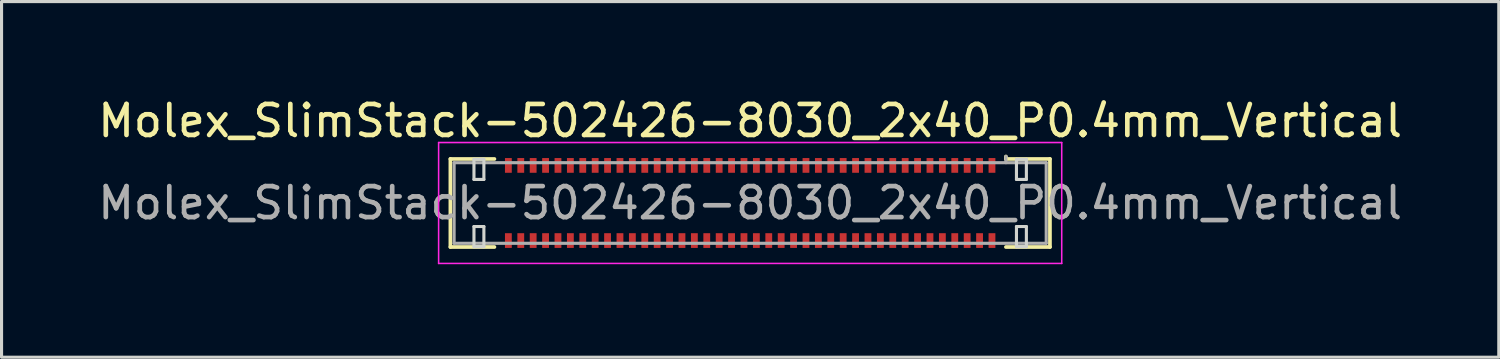
<source format=kicad_pcb>
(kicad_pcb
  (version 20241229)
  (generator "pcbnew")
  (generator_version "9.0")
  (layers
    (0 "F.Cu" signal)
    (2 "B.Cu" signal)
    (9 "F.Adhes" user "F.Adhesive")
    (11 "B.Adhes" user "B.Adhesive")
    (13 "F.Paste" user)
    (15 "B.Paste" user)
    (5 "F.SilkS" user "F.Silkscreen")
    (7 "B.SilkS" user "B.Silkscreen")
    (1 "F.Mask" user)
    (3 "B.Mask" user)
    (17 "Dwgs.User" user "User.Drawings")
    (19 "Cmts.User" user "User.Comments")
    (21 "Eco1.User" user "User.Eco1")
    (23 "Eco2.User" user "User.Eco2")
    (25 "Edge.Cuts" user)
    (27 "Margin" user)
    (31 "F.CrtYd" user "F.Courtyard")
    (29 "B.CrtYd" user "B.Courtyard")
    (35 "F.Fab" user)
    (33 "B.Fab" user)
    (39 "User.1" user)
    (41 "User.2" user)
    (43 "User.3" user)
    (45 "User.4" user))
  (footprint "Molex_SlimStack-502426-8030_2x40_P0.4mm_Vertical"
    (layer "F.Cu")
    (at 21.149 3.498)
    (property "Reference" "Molex_SlimStack-502426-8030_2x40_P0.4mm_Vertical" (at 0 -2.65 0) (layer "F.SilkS") (effects (font (size 1 1) (thickness 0.15))))
    (attr smd)
    (fp_line (start -9.67 -1.42) (end -8.25 -1.42) (stroke (width 0.12) (type solid)) (layer "F.SilkS"))
    (fp_line (start -9.67 1.42) (end -9.67 -1.42) (stroke (width 0.12) (type solid)) (layer "F.SilkS"))
    (fp_line (start -8.25 1.42) (end -9.67 1.42) (stroke (width 0.12) (type solid)) (layer "F.SilkS"))
    (fp_line (start 8.25 -1.42) (end 8.25 -1.5) (stroke (width 0.12) (type solid)) (layer "F.SilkS"))
    (fp_line (start 8.25 1.42) (end 9.67 1.42) (stroke (width 0.12) (type solid)) (layer "F.SilkS"))
    (fp_line (start 9.67 -1.42) (end 8.25 -1.42) (stroke (width 0.12) (type solid)) (layer "F.SilkS"))
    (fp_line (start 9.67 1.42) (end 9.67 -1.42) (stroke (width 0.12) (type solid)) (layer "F.SilkS"))
    (fp_line (start -8.91 -1.41) (end -8.91 -0.76) (stroke (width 0.1) (type solid)) (layer "Edge.Cuts"))
    (fp_line (start -8.91 -0.76) (end -8.59 -0.76) (stroke (width 0.1) (type solid)) (layer "Edge.Cuts"))
    (fp_line (start -8.91 0.76) (end -8.91 1.41) (stroke (width 0.1) (type solid)) (layer "Edge.Cuts"))
    (fp_line (start -8.91 1.41) (end -8.59 1.41) (stroke (width 0.1) (type solid)) (layer "Edge.Cuts"))
    (fp_line (start -8.59 -1.41) (end -8.91 -1.41) (stroke (width 0.1) (type solid)) (layer "Edge.Cuts"))
    (fp_line (start -8.59 -0.76) (end -8.59 -1.41) (stroke (width 0.1) (type solid)) (layer "Edge.Cuts"))
    (fp_line (start -8.59 0.76) (end -8.91 0.76) (stroke (width 0.1) (type solid)) (layer "Edge.Cuts"))
    (fp_line (start -8.59 1.41) (end -8.59 0.76) (stroke (width 0.1) (type solid)) (layer "Edge.Cuts"))
    (fp_line (start 8.59 -1.41) (end 8.59 -0.76) (stroke (width 0.1) (type solid)) (layer "Edge.Cuts"))
    (fp_line (start 8.59 -0.76) (end 8.91 -0.76) (stroke (width 0.1) (type solid)) (layer "Edge.Cuts"))
    (fp_line (start 8.59 0.76) (end 8.59 1.41) (stroke (width 0.1) (type solid)) (layer "Edge.Cuts"))
    (fp_line (start 8.59 1.41) (end 8.91 1.41) (stroke (width 0.1) (type solid)) (layer "Edge.Cuts"))
    (fp_line (start 8.91 -1.41) (end 8.59 -1.41) (stroke (width 0.1) (type solid)) (layer "Edge.Cuts"))
    (fp_line (start 8.91 -0.76) (end 8.91 -1.41) (stroke (width 0.1) (type solid)) (layer "Edge.Cuts"))
    (fp_line (start 8.91 0.76) (end 8.59 0.76) (stroke (width 0.1) (type solid)) (layer "Edge.Cuts"))
    (fp_line (start 8.91 1.41) (end 8.91 0.76) (stroke (width 0.1) (type solid)) (layer "Edge.Cuts"))
    (fp_line (start -10.05 -1.95) (end -10.05 1.95) (stroke (width 0.05) (type solid)) (layer "F.CrtYd"))
    (fp_line (start -10.05 1.95) (end 10.05 1.95) (stroke (width 0.05) (type solid)) (layer "F.CrtYd"))
    (fp_line (start 10.05 -1.95) (end -10.05 -1.95) (stroke (width 0.05) (type solid)) (layer "F.CrtYd"))
    (fp_line (start 10.05 1.95) (end 10.05 -1.95) (stroke (width 0.05) (type solid)) (layer "F.CrtYd"))
    (fp_line (start -9.55 -1.3) (end -9.55 1.3) (stroke (width 0.1) (type solid)) (layer "F.Fab"))
    (fp_line (start -9.55 1.3) (end 9.55 1.3) (stroke (width 0.1) (type solid)) (layer "F.Fab"))
    (fp_line (start 8.25 -1.3) (end 8.25 -1.5) (stroke (width 0.1) (type solid)) (layer "F.Fab"))
    (fp_line (start 9.55 -1.3) (end -9.55 -1.3) (stroke (width 0.1) (type solid)) (layer "F.Fab"))
    (fp_line (start 9.55 1.3) (end 9.55 -1.3) (stroke (width 0.1) (type solid)) (layer "F.Fab"))
    (fp_text user "${REFERENCE}" (at 0 0 0) (layer "F.Fab") (effects (font (size 1 1) (thickness 0.15))))
    (pad "1" smd rect (at 7.8 -1.212) (size 0.22 0.475) (layers "F.Cu" "F.Mask" "F.Paste"))
    (pad "2" smd rect (at 7.8 1.212) (size 0.22 0.475) (layers "F.Cu" "F.Mask" "F.Paste"))
    (pad "3" smd rect (at 7.4 -1.212) (size 0.22 0.475) (layers "F.Cu" "F.Mask" "F.Paste"))
    (pad "4" smd rect (at 7.4 1.212) (size 0.22 0.475) (layers "F.Cu" "F.Mask" "F.Paste"))
    (pad "5" smd rect (at 7 -1.212) (size 0.22 0.475) (layers "F.Cu" "F.Mask" "F.Paste"))
    (pad "6" smd rect (at 7 1.212) (size 0.22 0.475) (layers "F.Cu" "F.Mask" "F.Paste"))
    (pad "7" smd rect (at 6.6 -1.212) (size 0.22 0.475) (layers "F.Cu" "F.Mask" "F.Paste"))
    (pad "8" smd rect (at 6.6 1.212) (size 0.22 0.475) (layers "F.Cu" "F.Mask" "F.Paste"))
    (pad "9" smd rect (at 6.2 -1.212) (size 0.22 0.475) (layers "F.Cu" "F.Mask" "F.Paste"))
    (pad "10" smd rect (at 6.2 1.212) (size 0.22 0.475) (layers "F.Cu" "F.Mask" "F.Paste"))
    (pad "11" smd rect (at 5.8 -1.212) (size 0.22 0.475) (layers "F.Cu" "F.Mask" "F.Paste"))
    (pad "12" smd rect (at 5.8 1.212) (size 0.22 0.475) (layers "F.Cu" "F.Mask" "F.Paste"))
    (pad "13" smd rect (at 5.4 -1.212) (size 0.22 0.475) (layers "F.Cu" "F.Mask" "F.Paste"))
    (pad "14" smd rect (at 5.4 1.212) (size 0.22 0.475) (layers "F.Cu" "F.Mask" "F.Paste"))
    (pad "15" smd rect (at 5 -1.212) (size 0.22 0.475) (layers "F.Cu" "F.Mask" "F.Paste"))
    (pad "16" smd rect (at 5 1.212) (size 0.22 0.475) (layers "F.Cu" "F.Mask" "F.Paste"))
    (pad "17" smd rect (at 4.6 -1.212) (size 0.22 0.475) (layers "F.Cu" "F.Mask" "F.Paste"))
    (pad "18" smd rect (at 4.6 1.212) (size 0.22 0.475) (layers "F.Cu" "F.Mask" "F.Paste"))
    (pad "19" smd rect (at 4.2 -1.212) (size 0.22 0.475) (layers "F.Cu" "F.Mask" "F.Paste"))
    (pad "20" smd rect (at 4.2 1.212) (size 0.22 0.475) (layers "F.Cu" "F.Mask" "F.Paste"))
    (pad "21" smd rect (at 3.8 -1.212) (size 0.22 0.475) (layers "F.Cu" "F.Mask" "F.Paste"))
    (pad "22" smd rect (at 3.8 1.212) (size 0.22 0.475) (layers "F.Cu" "F.Mask" "F.Paste"))
    (pad "23" smd rect (at 3.4 -1.212) (size 0.22 0.475) (layers "F.Cu" "F.Mask" "F.Paste"))
    (pad "24" smd rect (at 3.4 1.212) (size 0.22 0.475) (layers "F.Cu" "F.Mask" "F.Paste"))
    (pad "25" smd rect (at 3 -1.212) (size 0.22 0.475) (layers "F.Cu" "F.Mask" "F.Paste"))
    (pad "26" smd rect (at 3 1.212) (size 0.22 0.475) (layers "F.Cu" "F.Mask" "F.Paste"))
    (pad "27" smd rect (at 2.6 -1.212) (size 0.22 0.475) (layers "F.Cu" "F.Mask" "F.Paste"))
    (pad "28" smd rect (at 2.6 1.212) (size 0.22 0.475) (layers "F.Cu" "F.Mask" "F.Paste"))
    (pad "29" smd rect (at 2.2 -1.212) (size 0.22 0.475) (layers "F.Cu" "F.Mask" "F.Paste"))
    (pad "30" smd rect (at 2.2 1.212) (size 0.22 0.475) (layers "F.Cu" "F.Mask" "F.Paste"))
    (pad "31" smd rect (at 1.8 -1.212) (size 0.22 0.475) (layers "F.Cu" "F.Mask" "F.Paste"))
    (pad "32" smd rect (at 1.8 1.212) (size 0.22 0.475) (layers "F.Cu" "F.Mask" "F.Paste"))
    (pad "33" smd rect (at 1.4 -1.212) (size 0.22 0.475) (layers "F.Cu" "F.Mask" "F.Paste"))
    (pad "34" smd rect (at 1.4 1.212) (size 0.22 0.475) (layers "F.Cu" "F.Mask" "F.Paste"))
    (pad "35" smd rect (at 1 -1.212) (size 0.22 0.475) (layers "F.Cu" "F.Mask" "F.Paste"))
    (pad "36" smd rect (at 1 1.212) (size 0.22 0.475) (layers "F.Cu" "F.Mask" "F.Paste"))
    (pad "37" smd rect (at 0.6 -1.212) (size 0.22 0.475) (layers "F.Cu" "F.Mask" "F.Paste"))
    (pad "38" smd rect (at 0.6 1.212) (size 0.22 0.475) (layers "F.Cu" "F.Mask" "F.Paste"))
    (pad "39" smd rect (at 0.2 -1.212) (size 0.22 0.475) (layers "F.Cu" "F.Mask" "F.Paste"))
    (pad "40" smd rect (at 0.2 1.212) (size 0.22 0.475) (layers "F.Cu" "F.Mask" "F.Paste"))
    (pad "41" smd rect (at -0.2 -1.212) (size 0.22 0.475) (layers "F.Cu" "F.Mask" "F.Paste"))
    (pad "42" smd rect (at -0.2 1.212) (size 0.22 0.475) (layers "F.Cu" "F.Mask" "F.Paste"))
    (pad "43" smd rect (at -0.6 -1.212) (size 0.22 0.475) (layers "F.Cu" "F.Mask" "F.Paste"))
    (pad "44" smd rect (at -0.6 1.212) (size 0.22 0.475) (layers "F.Cu" "F.Mask" "F.Paste"))
    (pad "45" smd rect (at -1 -1.212) (size 0.22 0.475) (layers "F.Cu" "F.Mask" "F.Paste"))
    (pad "46" smd rect (at -1 1.212) (size 0.22 0.475) (layers "F.Cu" "F.Mask" "F.Paste"))
    (pad "47" smd rect (at -1.4 -1.212) (size 0.22 0.475) (layers "F.Cu" "F.Mask" "F.Paste"))
    (pad "48" smd rect (at -1.4 1.212) (size 0.22 0.475) (layers "F.Cu" "F.Mask" "F.Paste"))
    (pad "49" smd rect (at -1.8 -1.212) (size 0.22 0.475) (layers "F.Cu" "F.Mask" "F.Paste"))
    (pad "50" smd rect (at -1.8 1.212) (size 0.22 0.475) (layers "F.Cu" "F.Mask" "F.Paste"))
    (pad "51" smd rect (at -2.2 -1.212) (size 0.22 0.475) (layers "F.Cu" "F.Mask" "F.Paste"))
    (pad "52" smd rect (at -2.2 1.212) (size 0.22 0.475) (layers "F.Cu" "F.Mask" "F.Paste"))
    (pad "53" smd rect (at -2.6 -1.212) (size 0.22 0.475) (layers "F.Cu" "F.Mask" "F.Paste"))
    (pad "54" smd rect (at -2.6 1.212) (size 0.22 0.475) (layers "F.Cu" "F.Mask" "F.Paste"))
    (pad "55" smd rect (at -3 -1.212) (size 0.22 0.475) (layers "F.Cu" "F.Mask" "F.Paste"))
    (pad "56" smd rect (at -3 1.212) (size 0.22 0.475) (layers "F.Cu" "F.Mask" "F.Paste"))
    (pad "57" smd rect (at -3.4 -1.212) (size 0.22 0.475) (layers "F.Cu" "F.Mask" "F.Paste"))
    (pad "58" smd rect (at -3.4 1.212) (size 0.22 0.475) (layers "F.Cu" "F.Mask" "F.Paste"))
    (pad "59" smd rect (at -3.8 -1.212) (size 0.22 0.475) (layers "F.Cu" "F.Mask" "F.Paste"))
    (pad "60" smd rect (at -3.8 1.212) (size 0.22 0.475) (layers "F.Cu" "F.Mask" "F.Paste"))
    (pad "61" smd rect (at -4.2 -1.212) (size 0.22 0.475) (layers "F.Cu" "F.Mask" "F.Paste"))
    (pad "62" smd rect (at -4.2 1.212) (size 0.22 0.475) (layers "F.Cu" "F.Mask" "F.Paste"))
    (pad "63" smd rect (at -4.6 -1.212) (size 0.22 0.475) (layers "F.Cu" "F.Mask" "F.Paste"))
    (pad "64" smd rect (at -4.6 1.212) (size 0.22 0.475) (layers "F.Cu" "F.Mask" "F.Paste"))
    (pad "65" smd rect (at -5 -1.212) (size 0.22 0.475) (layers "F.Cu" "F.Mask" "F.Paste"))
    (pad "66" smd rect (at -5 1.212) (size 0.22 0.475) (layers "F.Cu" "F.Mask" "F.Paste"))
    (pad "67" smd rect (at -5.4 -1.212) (size 0.22 0.475) (layers "F.Cu" "F.Mask" "F.Paste"))
    (pad "68" smd rect (at -5.4 1.212) (size 0.22 0.475) (layers "F.Cu" "F.Mask" "F.Paste"))
    (pad "69" smd rect (at -5.8 -1.212) (size 0.22 0.475) (layers "F.Cu" "F.Mask" "F.Paste"))
    (pad "70" smd rect (at -5.8 1.212) (size 0.22 0.475) (layers "F.Cu" "F.Mask" "F.Paste"))
    (pad "71" smd rect (at -6.2 -1.212) (size 0.22 0.475) (layers "F.Cu" "F.Mask" "F.Paste"))
    (pad "72" smd rect (at -6.2 1.212) (size 0.22 0.475) (layers "F.Cu" "F.Mask" "F.Paste"))
    (pad "73" smd rect (at -6.6 -1.212) (size 0.22 0.475) (layers "F.Cu" "F.Mask" "F.Paste"))
    (pad "74" smd rect (at -6.6 1.212) (size 0.22 0.475) (layers "F.Cu" "F.Mask" "F.Paste"))
    (pad "75" smd rect (at -7 -1.212) (size 0.22 0.475) (layers "F.Cu" "F.Mask" "F.Paste"))
    (pad "76" smd rect (at -7 1.212) (size 0.22 0.475) (layers "F.Cu" "F.Mask" "F.Paste"))
    (pad "77" smd rect (at -7.4 -1.212) (size 0.22 0.475) (layers "F.Cu" "F.Mask" "F.Paste"))
    (pad "78" smd rect (at -7.4 1.212) (size 0.22 0.475) (layers "F.Cu" "F.Mask" "F.Paste"))
    (pad "79" smd rect (at -7.8 -1.212) (size 0.22 0.475) (layers "F.Cu" "F.Mask" "F.Paste"))
    (pad "80" smd rect (at -7.8 1.212) (size 0.22 0.475) (layers "F.Cu" "F.Mask" "F.Paste")))
  (gr_rect
    (start -3 -3)
    (end 45.298 8.473)
    (stroke (width 0.1) (type default))
    (fill no)
    (layer "Edge.Cuts")))
</source>
